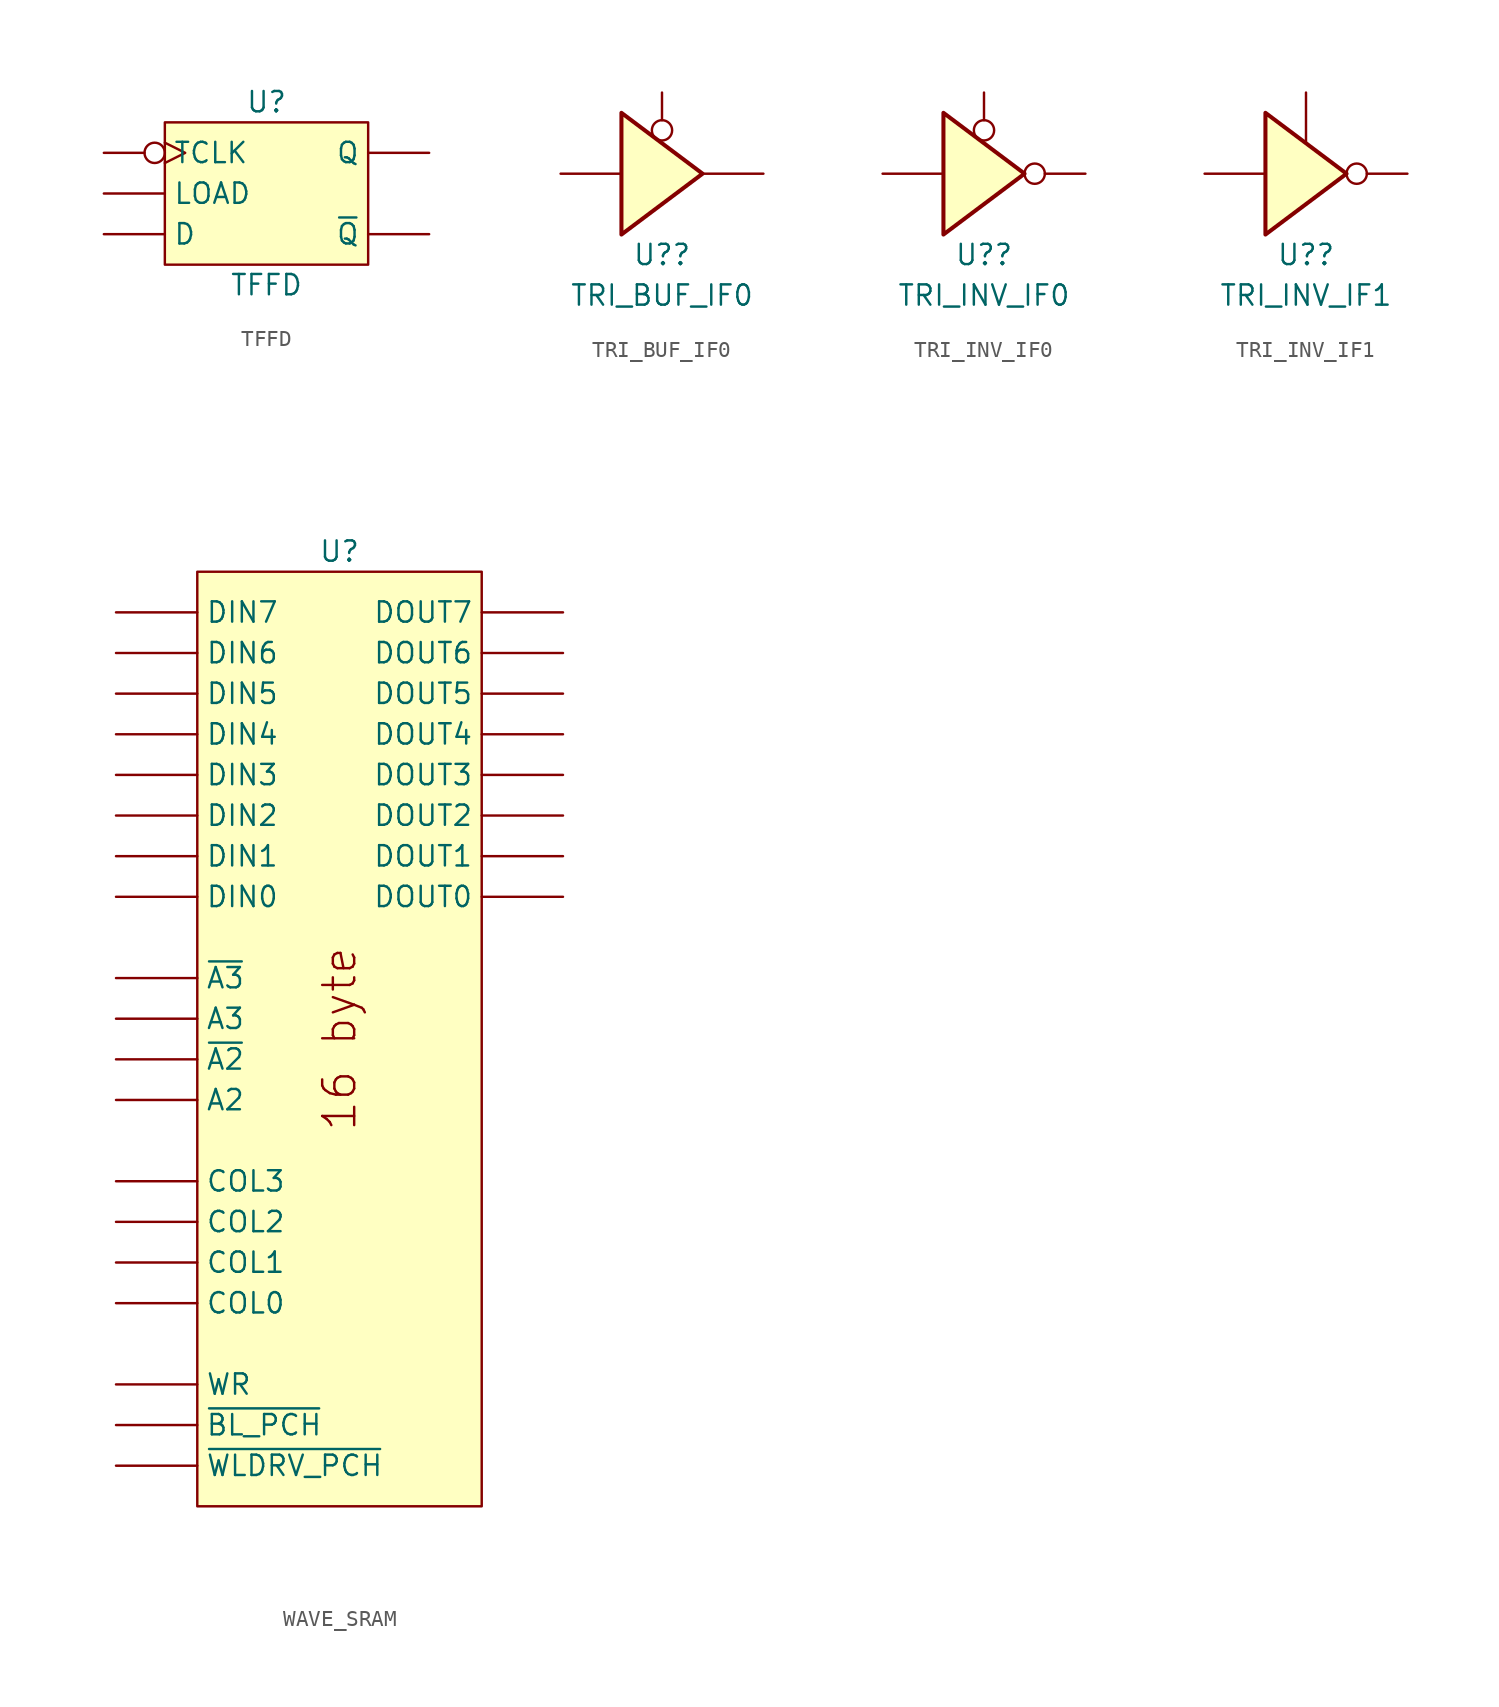
<source format=kicad_sym>
(kicad_symbol_lib
  (version 20211014)
  (generator kicad_symbol_editor)
  (symbol "TFFD"
    (pin_numbers hide)
    (property "Reference" "U"
      (at 0 5.715 0)
      (effects (font (size 1.27 1.27))))
    (property "Value" "TFFD"
      (at 0 -5.715 0)
      (effects (font (size 1.27 1.27))))
    (symbol "TFFD_0_1"
      (rectangle (start -6.35 4.445) (end 6.35 -4.445) (stroke (width 0) (type default) (color 0 0 0 0)) (fill (type background))))
    (symbol "TFFD_1_1"
      (pin output line (at 10.16 2.54 180) (length 3.81) (name "Q" (effects (font (size 1.27 1.27)))) (number "1" (effects (font (size 1.27 1.27)))))
      (pin input line (at -10.16 0 0) (length 3.81) (name "LOAD" (effects (font (size 1.27 1.27)))) (number "3" (effects (font (size 1.27 1.27)))))
      (pin input line (at -10.16 0 0) (length 3.81) hide (name "LOAD" (effects (font (size 1.27 1.27)))) (number "4" (effects (font (size 1.27 1.27)))))
      (pin input line (at -10.16 -2.54 0) (length 3.81) (name "D" (effects (font (size 1.27 1.27)))) (number "5" (effects (font (size 1.27 1.27)))))
      (pin output line (at 10.16 -2.54 180) (length 3.81) (name "~{Q}" (effects (font (size 1.27 1.27)))) (number "6" (effects (font (size 1.27 1.27)))))
      (pin input inverted_clock (at -10.16 2.54 0) (length 3.81) (name "TCLK" (effects (font (size 1.27 1.27)))) (number "7" (effects (font (size 1.27 1.27)))))))
  (symbol "TRI_BUF_IF0"
    (pin_numbers hide)
    (pin_names hide)
    (property "Reference" "U?"
      (at 0 -5.08 0)
      (effects (font (size 1.27 1.27))))
    (property "Value" "TRI_BUF_IF0"
      (at 0 -7.62 0)
      (effects (font (size 1.27 1.27))))
    (symbol "TRI_BUF_IF0_1_0"
      (polyline (pts (xy -2.54 3.81) (xy -2.54 -3.81) (xy 2.54 0) (xy -2.54 3.81)) (stroke (width 0.254) (type default) (color 0 0 0 0)) (fill (type background)))
      (pin input line (at -6.35 0 0) (length 3.81) (name "IN" (effects (font (size 1.27 1.27)))) (number "1" (effects (font (size 1.27 1.27)))))
      (pin input line (at -6.35 0 0) (length 3.81) hide (name "IN" (effects (font (size 1.27 1.27)))) (number "3" (effects (font (size 1.27 1.27)))))
      (pin tri_state line (at 6.35 0 180) (length 3.81) (name "~" (effects (font (size 1.27 1.27)))) (number "4" (effects (font (size 1.27 1.27))))))
    (symbol "TRI_BUF_IF0_1_1"
      (pin input inverted (at 0 5.08 270) (length 3) (name "~{ENA}" (effects (font (size 1.27 1.27)))) (number "2" (effects (font (size 1.27 1.27)))))))
  (symbol "TRI_INV_IF0"
    (pin_numbers hide)
    (pin_names hide)
    (property "Reference" "U?"
      (at 0 -5.08 0)
      (effects (font (size 1.27 1.27))))
    (property "Value" "TRI_INV_IF0"
      (at 0 -7.62 0)
      (effects (font (size 1.27 1.27))))
    (symbol "TRI_INV_IF0_1_0"
      (polyline (pts (xy -2.54 3.81) (xy -2.54 -3.81) (xy 2.54 0) (xy -2.54 3.81)) (stroke (width 0.254) (type default) (color 0 0 0 0)) (fill (type background)))
      (pin input line (at -6.35 0 0) (length 3.81) (name "~" (effects (font (size 1.27 1.27)))) (number "2" (effects (font (size 1.27 1.27)))))
      (pin tri_state inverted (at 6.35 0 180) (length 3.81) (name "~" (effects (font (size 1.27 1.27)))) (number "3" (effects (font (size 1.27 1.27))))))
    (symbol "TRI_INV_IF0_1_1"
      (pin input inverted (at 0 5.08 270) (length 3) (name "~{ENA}" (effects (font (size 1.27 1.27)))) (number "1" (effects (font (size 1.27 1.27)))))))
  (symbol "TRI_INV_IF1"
    (pin_numbers hide)
    (pin_names hide)
    (property "Reference" "U?"
      (at 0 -5.08 0)
      (effects (font (size 1.27 1.27))))
    (property "Value" "TRI_INV_IF1"
      (at 0 -7.62 0)
      (effects (font (size 1.27 1.27))))
    (symbol "TRI_INV_IF1_1_0"
      (polyline (pts (xy -2.54 3.81) (xy -2.54 -3.81) (xy 2.54 0) (xy -2.54 3.81)) (stroke (width 0.254) (type default) (color 0 0 0 0)) (fill (type background)))
      (pin input line (at -6.35 0 0) (length 3.81) (name "~" (effects (font (size 1.27 1.27)))) (number "2" (effects (font (size 1.27 1.27)))))
      (pin tri_state inverted (at 6.35 0 180) (length 3.81) (name "~" (effects (font (size 1.27 1.27)))) (number "3" (effects (font (size 1.27 1.27))))))
    (symbol "TRI_INV_IF1_1_1"
      (pin input line (at 0 5.08 270) (length 3.15) (name "ENA" (effects (font (size 1.27 1.27)))) (number "1" (effects (font (size 1.27 1.27)))))))
  (symbol "WAVE_SRAM"
    (pin_numbers hide)
    (property "Reference" "U"
      (at 0 30.48 0)
      (effects (font (size 1.27 1.27))))
    (symbol "WAVE_SRAM_0_0"
      (text "16 byte" (at 0 0 900) (effects (font (size 2 2)))))
    (symbol "WAVE_SRAM_0_1"
      (rectangle (start -8.89 29.21) (end 8.89 -29.21) (stroke (width 0) (type default) (color 0 0 0 0)) (fill (type background))))
    (symbol "WAVE_SRAM_1_1"
      (pin input line (at -13.97 26.67 0) (length 5.08) (name "DIN7" (effects (font (size 1.27 1.27)))) (number "1" (effects (font (size 1.27 1.27)))))
      (pin input line (at -13.97 1.27 0) (length 5.08) (name "A3" (effects (font (size 1.27 1.27)))) (number "10" (effects (font (size 1.27 1.27)))))
      (pin input line (at -13.97 -1.27 0) (length 5.08) (name "~{A2}" (effects (font (size 1.27 1.27)))) (number "11" (effects (font (size 1.27 1.27)))))
      (pin input line (at -13.97 -3.81 0) (length 5.08) (name "A2" (effects (font (size 1.27 1.27)))) (number "12" (effects (font (size 1.27 1.27)))))
      (pin input line (at -13.97 -8.89 0) (length 5.08) (name "COL3" (effects (font (size 1.27 1.27)))) (number "13" (effects (font (size 1.27 1.27)))))
      (pin input line (at -13.97 -11.43 0) (length 5.08) (name "COL2" (effects (font (size 1.27 1.27)))) (number "14" (effects (font (size 1.27 1.27)))))
      (pin input line (at -13.97 -13.97 0) (length 5.08) (name "COL1" (effects (font (size 1.27 1.27)))) (number "15" (effects (font (size 1.27 1.27)))))
      (pin input line (at -13.97 -16.51 0) (length 5.08) (name "COL0" (effects (font (size 1.27 1.27)))) (number "16" (effects (font (size 1.27 1.27)))))
      (pin input line (at -13.97 -21.59 0) (length 5.08) (name "WR" (effects (font (size 1.27 1.27)))) (number "17" (effects (font (size 1.27 1.27)))))
      (pin input line (at -13.97 -24.13 0) (length 5.08) (name "~{BL_PCH}" (effects (font (size 1.27 1.27)))) (number "18" (effects (font (size 1.27 1.27)))))
      (pin input line (at -13.97 -26.67 0) (length 5.08) (name "~{WLDRV_PCH}" (effects (font (size 1.27 1.27)))) (number "19" (effects (font (size 1.27 1.27)))))
      (pin input line (at -13.97 24.13 0) (length 5.08) (name "DIN6" (effects (font (size 1.27 1.27)))) (number "2" (effects (font (size 1.27 1.27)))))
      (pin output line (at 13.97 26.67 180) (length 5.08) (name "DOUT7" (effects (font (size 1.27 1.27)))) (number "20" (effects (font (size 1.27 1.27)))))
      (pin output line (at 13.97 24.13 180) (length 5.08) (name "DOUT6" (effects (font (size 1.27 1.27)))) (number "21" (effects (font (size 1.27 1.27)))))
      (pin output line (at 13.97 21.59 180) (length 5.08) (name "DOUT5" (effects (font (size 1.27 1.27)))) (number "22" (effects (font (size 1.27 1.27)))))
      (pin output line (at 13.97 19.05 180) (length 5.08) (name "DOUT4" (effects (font (size 1.27 1.27)))) (number "23" (effects (font (size 1.27 1.27)))))
      (pin output line (at 13.97 16.51 180) (length 5.08) (name "DOUT3" (effects (font (size 1.27 1.27)))) (number "24" (effects (font (size 1.27 1.27)))))
      (pin output line (at 13.97 13.97 180) (length 5.08) (name "DOUT2" (effects (font (size 1.27 1.27)))) (number "25" (effects (font (size 1.27 1.27)))))
      (pin output line (at 13.97 11.43 180) (length 5.08) (name "DOUT1" (effects (font (size 1.27 1.27)))) (number "26" (effects (font (size 1.27 1.27)))))
      (pin output line (at 13.97 8.89 180) (length 5.08) (name "DOUT0" (effects (font (size 1.27 1.27)))) (number "27" (effects (font (size 1.27 1.27)))))
      (pin input line (at -13.97 21.59 0) (length 5.08) (name "DIN5" (effects (font (size 1.27 1.27)))) (number "3" (effects (font (size 1.27 1.27)))))
      (pin input line (at -13.97 19.05 0) (length 5.08) (name "DIN4" (effects (font (size 1.27 1.27)))) (number "4" (effects (font (size 1.27 1.27)))))
      (pin input line (at -13.97 16.51 0) (length 5.08) (name "DIN3" (effects (font (size 1.27 1.27)))) (number "5" (effects (font (size 1.27 1.27)))))
      (pin input line (at -13.97 13.97 0) (length 5.08) (name "DIN2" (effects (font (size 1.27 1.27)))) (number "6" (effects (font (size 1.27 1.27)))))
      (pin input line (at -13.97 11.43 0) (length 5.08) (name "DIN1" (effects (font (size 1.27 1.27)))) (number "7" (effects (font (size 1.27 1.27)))))
      (pin input line (at -13.97 8.89 0) (length 5.08) (name "DIN0" (effects (font (size 1.27 1.27)))) (number "8" (effects (font (size 1.27 1.27)))))
      (pin input line (at -13.97 3.81 0) (length 5.08) (name "~{A3}" (effects (font (size 1.27 1.27)))) (number "9" (effects (font (size 1.27 1.27))))))))
</source>
